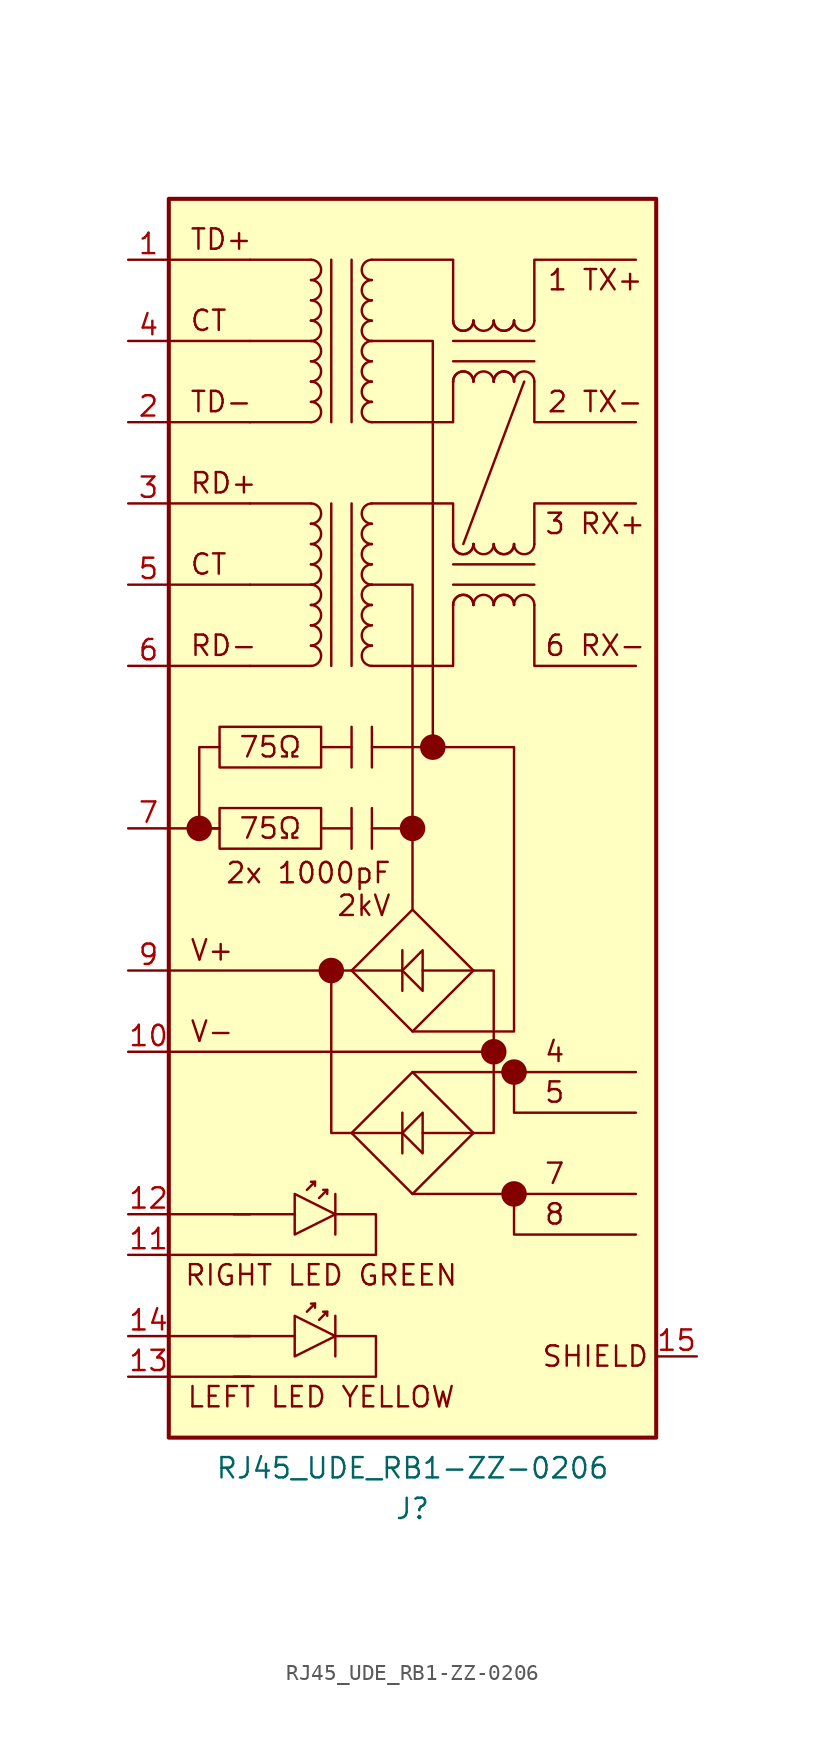
<source format=kicad_sym>
(kicad_symbol_lib
  (version 20231120)
  (generator "kicad_symbol_editor")
  (generator_version "8.0")
  (symbol "RJ45_UDE_RB1-ZZ-0206"
    (pin_names
      (offset 1.016) hide)
    (property "Reference" "J"
      (at 0 -47.625 0)
      (effects (font (size 1.27 1.27))))
    (property "Value" "RJ45_UDE_RB1-ZZ-0206"
      (at 0 -45.085 0)
      (effects (font (size 1.27 1.27))))
    (symbol "RJ45_UDE_RB1-ZZ-0206_0_0"
      (rectangle (start -15.24 34.29) (end 15.24 -43.18) (stroke (width 0.254) (type default)) (fill (type background)))
      (rectangle (start -5.715 -3.81) (end -12.065 -6.35) (stroke (width 0) (type default)) (fill (type none)))
      (polyline (pts (xy -15.24 -39.37) (xy -10.16 -39.37)) (stroke (width 0) (type default)) (fill (type none)))
      (polyline (pts (xy -15.24 -36.83) (xy -10.16 -36.83)) (stroke (width 0) (type default)) (fill (type none)))
      (polyline (pts (xy -15.24 -31.75) (xy -10.16 -31.75)) (stroke (width 0) (type default)) (fill (type none)))
      (polyline (pts (xy -15.24 -29.21) (xy -10.16 -29.21)) (stroke (width 0) (type default)) (fill (type none)))
      (polyline (pts (xy -15.24 -19.05) (xy 5.08 -19.05)) (stroke (width 0) (type default)) (fill (type none)))
      (polyline (pts (xy -15.24 5.08) (xy -10.16 5.08)) (stroke (width 0) (type default)) (fill (type none)))
      (polyline (pts (xy -15.24 10.16) (xy -10.16 10.16)) (stroke (width 0) (type default)) (fill (type none)))
      (polyline (pts (xy -15.24 15.24) (xy -10.16 15.24)) (stroke (width 0) (type default)) (fill (type none)))
      (polyline (pts (xy -15.24 20.32) (xy -10.16 20.32)) (stroke (width 0) (type default)) (fill (type none)))
      (polyline (pts (xy -15.24 25.4) (xy -10.16 25.4)) (stroke (width 0) (type default)) (fill (type none)))
      (polyline (pts (xy -15.24 30.48) (xy -10.16 30.48)) (stroke (width 0) (type default)) (fill (type none)))
      (polyline (pts (xy -12.065 -5.08) (xy -15.24 -5.08)) (stroke (width 0) (type default)) (fill (type none)))
      (polyline (pts (xy -12.065 -5.08) (xy -13.335 -5.08)) (stroke (width 0) (type default)) (fill (type none)))
      (polyline (pts (xy -11.176 -36.83) (xy -7.366 -36.83)) (stroke (width 0) (type default)) (fill (type none)))
      (polyline (pts (xy -5.715 -5.08) (xy -3.81 -5.08)) (stroke (width 0) (type default)) (fill (type none)))
      (polyline (pts (xy -5.715 0) (xy -3.81 0)) (stroke (width 0) (type default)) (fill (type none)))
      (polyline (pts (xy -5.08 -13.97) (xy -15.24 -13.97)) (stroke (width 0) (type default)) (fill (type none)))
      (polyline (pts (xy -3.81 -3.81) (xy -3.81 -6.35)) (stroke (width 0) (type default)) (fill (type none)))
      (polyline (pts (xy -2.54 -3.81) (xy -2.54 -6.35)) (stroke (width 0) (type default)) (fill (type none)))
      (polyline (pts (xy -2.54 1.27) (xy -2.54 -1.27)) (stroke (width 0) (type default)) (fill (type none)))
      (polyline (pts (xy 0 -27.94) (xy 13.97 -27.94)) (stroke (width 0) (type default)) (fill (type none)))
      (polyline (pts (xy 0 -20.32) (xy 13.97 -20.32)) (stroke (width 0) (type default)) (fill (type none)))
      (polyline (pts (xy -12.065 0) (xy -13.335 0) (xy -13.335 -5.08)) (stroke (width 0) (type default)) (fill (type none)))
      (polyline (pts (xy -2.54 0) (xy 0 0) (xy 1.27 0)) (stroke (width 0) (type default)) (fill (type none)))
      (polyline (pts (xy -2.54 10.16) (xy 0 10.16) (xy 0 -10.16)) (stroke (width 0) (type default)) (fill (type none)))
      (polyline (pts (xy 6.35 -27.94) (xy 6.35 -30.48) (xy 13.97 -30.48)) (stroke (width 0) (type default)) (fill (type none)))
      (polyline (pts (xy 6.35 -20.32) (xy 6.35 -22.86) (xy 13.97 -22.86)) (stroke (width 0) (type default)) (fill (type none)))
      (polyline (pts (xy -4.826 -36.83) (xy -2.286 -36.83) (xy -2.286 -39.37) (xy -11.176 -39.37)) (stroke (width 0) (type default)) (fill (type none)))
      (polyline (pts (xy -3.81 -13.97) (xy -5.08 -13.97) (xy -5.08 -24.13) (xy -3.81 -24.13)) (stroke (width 0) (type default)) (fill (type none)))
      (polyline (pts (xy 3.81 -24.13) (xy 5.08 -24.13) (xy 5.08 -13.97) (xy 3.81 -13.97)) (stroke (width 0) (type default)) (fill (type none)))
      (polyline (pts (xy -3.81 -24.13) (xy 0 -27.94) (xy 3.81 -24.13) (xy 0 -20.32) (xy -3.81 -24.13)) (stroke (width 0) (type default)) (fill (type none)))
      (polyline (pts (xy -2.54 25.4) (xy 1.27 25.4) (xy 1.27 0) (xy 6.35 0) (xy 6.35 -17.78) (xy 0 -17.78)) (stroke (width 0) (type default)) (fill (type none)))
      (text "CT" (at -13.97 11.43 0) (effects (font (size 1.27 1.27)) (justify left)))
      (text "SHIELD" (at 11.43 -38.1 0) (effects (font (size 1.27 1.27))))
      (text "V+" (at -13.97 -12.7 0) (effects (font (size 1.27 1.27)) (justify left)))
      (text "V-" (at -13.97 -17.78 0) (effects (font (size 1.27 1.27)) (justify left))))
    (symbol "RJ45_UDE_RB1-ZZ-0206_0_1"
      (arc (start -6.35 24.13) (mid -5.7177 24.765) (end -6.35 25.4) (stroke (width 0) (type default)) (fill (type none)))
      (arc (start -6.35 25.4) (mid -5.7177 26.035) (end -6.35 26.67) (stroke (width 0) (type default)) (fill (type none)))
      (arc (start -6.35 26.67) (mid -6.35 26.67) (end -6.35 26.67) (stroke (width 0) (type default)) (fill (type none)))
      (arc (start -6.35 29.21) (mid -5.7177 29.845) (end -6.35 30.48) (stroke (width 0) (type default)) (fill (type none)))
      (polyline (pts (xy -6.35 5.08) (xy -10.16 5.08)) (stroke (width 0) (type default)) (fill (type none)))
      (polyline (pts (xy -6.35 10.16) (xy -10.16 10.16)) (stroke (width 0) (type default)) (fill (type none)))
      (polyline (pts (xy -6.35 15.24) (xy -10.16 15.24)) (stroke (width 0) (type default)) (fill (type none)))
      (polyline (pts (xy -6.35 20.32) (xy -10.16 20.32)) (stroke (width 0) (type default)) (fill (type none)))
      (polyline (pts (xy -6.35 25.4) (xy -10.16 25.4)) (stroke (width 0) (type default)) (fill (type none)))
      (polyline (pts (xy -6.35 30.48) (xy -10.16 30.48)) (stroke (width 0) (type default)) (fill (type none)))
      (polyline (pts (xy -6.096 -27.178) (xy -6.35 -27.178)) (stroke (width 0) (type default)) (fill (type none)))
      (polyline (pts (xy -5.334 -27.686) (xy -5.588 -27.686)) (stroke (width 0) (type default)) (fill (type none)))
      (polyline (pts (xy -4.826 -35.56) (xy -4.826 -38.1)) (stroke (width 0) (type default)) (fill (type none)))
      (polyline (pts (xy -2.54 -5.08) (xy 0 -5.08)) (stroke (width 0) (type default)) (fill (type none)))
      (polyline (pts (xy -0.635 -24.13) (xy -3.81 -24.13)) (stroke (width 0) (type default)) (fill (type none)))
      (polyline (pts (xy -0.635 -22.86) (xy -0.635 -25.4)) (stroke (width 0) (type default)) (fill (type none)))
      (polyline (pts (xy 0.635 -24.13) (xy 3.81 -24.13)) (stroke (width 0) (type default)) (fill (type none)))
      (polyline (pts (xy -6.604 -27.686) (xy -6.096 -27.178) (xy -6.096 -27.432)) (stroke (width 0) (type default)) (fill (type none)))
      (polyline (pts (xy -5.842 -28.194) (xy -5.334 -27.686) (xy -5.334 -27.94)) (stroke (width 0) (type default)) (fill (type none)))
      (polyline (pts (xy -7.366 -35.56) (xy -7.366 -38.1) (xy -4.826 -36.83) (xy -7.366 -35.56)) (stroke (width 0) (type default)) (fill (type none)))
      (polyline (pts (xy 0.635 -22.86) (xy 0.635 -25.4) (xy -0.635 -24.13) (xy 0.635 -22.86)) (stroke (width 0) (type default)) (fill (type none))))
    (symbol "RJ45_UDE_RB1-ZZ-0206_1_0"
      (circle (center 0 -5.08) (radius 0.0001) (stroke (width 0.8) (type default)) (fill (type none)))
      (text "1 TX+" (at 11.43 29.21 0) (effects (font (size 1.27 1.27))))
      (text "2 TX-" (at 11.43 21.59 0) (effects (font (size 1.27 1.27))))
      (text "3 RX+" (at 11.43 13.97 0) (effects (font (size 1.27 1.27))))
      (text "4" (at 8.89 -19.05 0) (effects (font (size 1.27 1.27))))
      (text "5" (at 8.89 -21.59 0) (effects (font (size 1.27 1.27))))
      (text "6 RX-" (at 11.43 6.35 0) (effects (font (size 1.27 1.27))))
      (text "7" (at 8.89 -26.67 0) (effects (font (size 1.27 1.27))))
      (text "8" (at 8.89 -29.21 0) (effects (font (size 1.27 1.27))))
      (text "LEFT LED YELLOW" (at -5.715 -40.64 0) (effects (font (size 1.27 1.27))))
      (text "RD+" (at -13.97 16.51 0) (effects (font (size 1.27 1.27)) (justify left))))
    (symbol "RJ45_UDE_RB1-ZZ-0206_1_1"
      (circle (center -13.335 -5.08) (radius 0.0001) (stroke (width 0.8) (type default)) (fill (type none)))
      (arc (start -6.35 5.08) (mid -5.7177 5.715) (end -6.35 6.35) (stroke (width 0) (type default)) (fill (type none)))
      (arc (start -6.35 6.35) (mid -5.7177 6.985) (end -6.35 7.62) (stroke (width 0) (type default)) (fill (type none)))
      (arc (start -6.35 7.62) (mid -6.35 7.62) (end -6.35 7.62) (stroke (width 0) (type default)) (fill (type none)))
      (arc (start -6.35 7.62) (mid -5.7177 8.255) (end -6.35 8.89) (stroke (width 0) (type default)) (fill (type none)))
      (arc (start -6.35 8.89) (mid -6.35 8.89) (end -6.35 8.89) (stroke (width 0) (type default)) (fill (type none)))
      (arc (start -6.35 8.89) (mid -5.7177 9.525) (end -6.35 10.16) (stroke (width 0) (type default)) (fill (type none)))
      (arc (start -6.35 10.16) (mid -5.7177 10.795) (end -6.35 11.43) (stroke (width 0) (type default)) (fill (type none)))
      (arc (start -6.35 11.43) (mid -5.7177 12.065) (end -6.35 12.7) (stroke (width 0) (type default)) (fill (type none)))
      (arc (start -6.35 12.7) (mid -5.7177 13.335) (end -6.35 13.97) (stroke (width 0) (type default)) (fill (type none)))
      (arc (start -6.35 13.97) (mid -6.35 13.97) (end -6.35 13.97) (stroke (width 0) (type default)) (fill (type none)))
      (arc (start -6.35 13.97) (mid -5.7177 14.605) (end -6.35 15.24) (stroke (width 0) (type default)) (fill (type none)))
      (arc (start -6.35 20.32) (mid -5.7177 20.955) (end -6.35 21.59) (stroke (width 0) (type default)) (fill (type none)))
      (arc (start -6.35 21.59) (mid -5.7177 22.225) (end -6.35 22.86) (stroke (width 0) (type default)) (fill (type none)))
      (arc (start -6.35 22.86) (mid -6.35 22.86) (end -6.35 22.86) (stroke (width 0) (type default)) (fill (type none)))
      (arc (start -6.35 22.86) (mid -5.7177 23.495) (end -6.35 24.13) (stroke (width 0) (type default)) (fill (type none)))
      (arc (start -6.35 26.67) (mid -5.7177 27.305) (end -6.35 27.94) (stroke (width 0) (type default)) (fill (type none)))
      (arc (start -6.35 27.94) (mid -5.7177 28.575) (end -6.35 29.21) (stroke (width 0) (type default)) (fill (type none)))
      (rectangle (start -5.715 1.27) (end -12.065 -1.27) (stroke (width 0) (type default)) (fill (type none)))
      (circle (center -5.08 -13.97) (radius 0.0001) (stroke (width 0.8) (type default)) (fill (type none)))
      (arc (start -2.54 6.35) (mid -3.1723 5.715) (end -2.54 5.08) (stroke (width 0) (type default)) (fill (type none)))
      (arc (start -2.54 6.35) (mid -2.54 6.35) (end -2.54 6.35) (stroke (width 0) (type default)) (fill (type none)))
      (arc (start -2.54 7.62) (mid -3.1723 6.985) (end -2.54 6.35) (stroke (width 0) (type default)) (fill (type none)))
      (arc (start -2.54 8.89) (mid -3.1723 8.255) (end -2.54 7.62) (stroke (width 0) (type default)) (fill (type none)))
      (arc (start -2.54 8.89) (mid -2.54 8.89) (end -2.54 8.89) (stroke (width 0) (type default)) (fill (type none)))
      (arc (start -2.54 10.16) (mid -3.1723 9.525) (end -2.54 8.89) (stroke (width 0) (type default)) (fill (type none)))
      (arc (start -2.54 11.43) (mid -3.1723 10.795) (end -2.54 10.16) (stroke (width 0) (type default)) (fill (type none)))
      (arc (start -2.54 12.7) (mid -3.1723 12.065) (end -2.54 11.43) (stroke (width 0) (type default)) (fill (type none)))
      (arc (start -2.54 12.7) (mid -2.54 12.7) (end -2.54 12.7) (stroke (width 0) (type default)) (fill (type none)))
      (arc (start -2.54 13.97) (mid -3.1723 13.335) (end -2.54 12.7) (stroke (width 0) (type default)) (fill (type none)))
      (arc (start -2.54 15.24) (mid -3.1723 14.605) (end -2.54 13.97) (stroke (width 0) (type default)) (fill (type none)))
      (arc (start -2.54 21.59) (mid -3.1723 20.955) (end -2.54 20.32) (stroke (width 0) (type default)) (fill (type none)))
      (arc (start -2.54 21.59) (mid -2.54 21.59) (end -2.54 21.59) (stroke (width 0) (type default)) (fill (type none)))
      (arc (start -2.54 22.86) (mid -3.1723 22.225) (end -2.54 21.59) (stroke (width 0) (type default)) (fill (type none)))
      (arc (start -2.54 24.13) (mid -3.1723 23.495) (end -2.54 22.86) (stroke (width 0) (type default)) (fill (type none)))
      (arc (start -2.54 25.4) (mid -3.1723 24.765) (end -2.54 24.13) (stroke (width 0) (type default)) (fill (type none)))
      (arc (start -2.54 25.4) (mid -2.54 25.4) (end -2.54 25.4) (stroke (width 0) (type default)) (fill (type none)))
      (arc (start -2.54 26.67) (mid -3.1723 26.035) (end -2.54 25.4) (stroke (width 0) (type default)) (fill (type none)))
      (arc (start -2.54 27.94) (mid -3.1723 27.305) (end -2.54 26.67) (stroke (width 0) (type default)) (fill (type none)))
      (arc (start -2.54 29.21) (mid -3.1723 28.575) (end -2.54 27.94) (stroke (width 0) (type default)) (fill (type none)))
      (arc (start -2.54 30.48) (mid -3.1723 29.845) (end -2.54 29.21) (stroke (width 0) (type default)) (fill (type none)))
      (polyline (pts (xy -11.176 -29.21) (xy -7.366 -29.21)) (stroke (width 0) (type default)) (fill (type none)))
      (polyline (pts (xy -6.096 -34.798) (xy -6.35 -34.798)) (stroke (width 0) (type default)) (fill (type none)))
      (polyline (pts (xy -5.334 -35.306) (xy -5.588 -35.306)) (stroke (width 0) (type default)) (fill (type none)))
      (polyline (pts (xy -5.08 15.24) (xy -5.08 5.08)) (stroke (width 0) (type default)) (fill (type none)))
      (polyline (pts (xy -5.08 30.48) (xy -5.08 20.32)) (stroke (width 0) (type default)) (fill (type none)))
      (polyline (pts (xy -4.826 -27.94) (xy -4.826 -30.48)) (stroke (width 0) (type default)) (fill (type none)))
      (polyline (pts (xy -3.81 1.27) (xy -3.81 -1.27)) (stroke (width 0) (type default)) (fill (type none)))
      (polyline (pts (xy -3.81 5.08) (xy -3.81 15.24)) (stroke (width 0) (type default)) (fill (type none)))
      (polyline (pts (xy -3.81 20.32) (xy -3.81 30.48)) (stroke (width 0) (type default)) (fill (type none)))
      (polyline (pts (xy -0.635 -13.97) (xy -3.81 -13.97)) (stroke (width 0) (type default)) (fill (type none)))
      (polyline (pts (xy -0.635 -12.7) (xy -0.635 -15.24)) (stroke (width 0) (type default)) (fill (type none)))
      (polyline (pts (xy 0.635 -13.97) (xy 3.81 -13.97)) (stroke (width 0) (type default)) (fill (type none)))
      (polyline (pts (xy 2.54 10.16) (xy 7.62 10.16)) (stroke (width 0) (type default)) (fill (type none)))
      (polyline (pts (xy 2.54 24.13) (xy 7.62 24.13)) (stroke (width 0) (type default)) (fill (type none)))
      (polyline (pts (xy 3.175 12.7) (xy 6.985 22.86)) (stroke (width 0) (type default)) (fill (type none)))
      (polyline (pts (xy 7.62 11.43) (xy 2.54 11.43)) (stroke (width 0) (type default)) (fill (type none)))
      (polyline (pts (xy 7.62 25.4) (xy 2.54 25.4)) (stroke (width 0) (type default)) (fill (type none)))
      (polyline (pts (xy -6.604 -35.306) (xy -6.096 -34.798) (xy -6.096 -35.052)) (stroke (width 0) (type default)) (fill (type none)))
      (polyline (pts (xy -5.842 -35.814) (xy -5.334 -35.306) (xy -5.334 -35.56)) (stroke (width 0) (type default)) (fill (type none)))
      (polyline (pts (xy -2.54 5.08) (xy 2.54 5.08) (xy 2.54 8.89)) (stroke (width 0) (type default)) (fill (type none)))
      (polyline (pts (xy -2.54 15.24) (xy 2.54 15.24) (xy 2.54 12.7)) (stroke (width 0) (type default)) (fill (type none)))
      (polyline (pts (xy -2.54 30.48) (xy 2.54 30.48) (xy 2.54 26.67)) (stroke (width 0) (type default)) (fill (type none)))
      (polyline (pts (xy 2.54 22.86) (xy 2.54 20.32) (xy -2.54 20.32)) (stroke (width 0) (type default)) (fill (type none)))
      (polyline (pts (xy 7.62 8.89) (xy 7.62 5.08) (xy 13.97 5.08)) (stroke (width 0) (type default)) (fill (type none)))
      (polyline (pts (xy 7.62 12.7) (xy 7.62 15.24) (xy 13.97 15.24)) (stroke (width 0) (type default)) (fill (type none)))
      (polyline (pts (xy 7.62 22.86) (xy 7.62 20.32) (xy 13.97 20.32)) (stroke (width 0) (type default)) (fill (type none)))
      (polyline (pts (xy 7.62 26.67) (xy 7.62 30.48) (xy 13.97 30.48)) (stroke (width 0) (type default)) (fill (type none)))
      (polyline (pts (xy -7.366 -27.94) (xy -7.366 -30.48) (xy -4.826 -29.21) (xy -7.366 -27.94)) (stroke (width 0) (type default)) (fill (type none)))
      (polyline (pts (xy -4.826 -29.21) (xy -2.286 -29.21) (xy -2.286 -31.75) (xy -11.176 -31.75)) (stroke (width 0) (type default)) (fill (type none)))
      (polyline (pts (xy 0.635 -12.7) (xy 0.635 -15.24) (xy -0.635 -13.97) (xy 0.635 -12.7)) (stroke (width 0) (type default)) (fill (type none)))
      (polyline (pts (xy -3.81 -13.97) (xy 0 -17.78) (xy 3.81 -13.97) (xy 0 -10.16) (xy -3.81 -13.97)) (stroke (width 0) (type default)) (fill (type none)))
      (circle (center 1.27 0) (radius 0.0001) (stroke (width 0.8) (type default)) (fill (type none)))
      (arc (start 2.54 8.89) (mid 2.54 8.89) (end 2.54 8.89) (stroke (width 0) (type default)) (fill (type none)))
      (arc (start 2.54 12.7) (mid 3.175 12.0677) (end 3.81 12.7) (stroke (width 0) (type default)) (fill (type none)))
      (arc (start 2.54 12.7) (mid 3.175 12.0677) (end 3.81 12.7) (stroke (width 0) (type default)) (fill (type none)))
      (arc (start 2.54 22.86) (mid 2.54 22.86) (end 2.54 22.86) (stroke (width 0) (type default)) (fill (type none)))
      (arc (start 2.54 26.67) (mid 3.175 26.0377) (end 3.81 26.67) (stroke (width 0) (type default)) (fill (type none)))
      (arc (start 2.54 26.67) (mid 3.175 26.0377) (end 3.81 26.67) (stroke (width 0) (type default)) (fill (type none)))
      (arc (start 3.81 8.89) (mid 3.175 9.5223) (end 2.54 8.89) (stroke (width 0) (type default)) (fill (type none)))
      (arc (start 3.81 8.89) (mid 3.175 9.5223) (end 2.54 8.89) (stroke (width 0) (type default)) (fill (type none)))
      (arc (start 3.81 12.7) (mid 3.81 12.7) (end 3.81 12.7) (stroke (width 0) (type default)) (fill (type none)))
      (arc (start 3.81 12.7) (mid 4.445 12.0677) (end 5.08 12.7) (stroke (width 0) (type default)) (fill (type none)))
      (arc (start 3.81 22.86) (mid 3.175 23.4923) (end 2.54 22.86) (stroke (width 0) (type default)) (fill (type none)))
      (arc (start 3.81 22.86) (mid 3.175 23.4923) (end 2.54 22.86) (stroke (width 0) (type default)) (fill (type none)))
      (arc (start 3.81 26.67) (mid 3.81 26.67) (end 3.81 26.67) (stroke (width 0) (type default)) (fill (type none)))
      (arc (start 3.81 26.67) (mid 4.445 26.0377) (end 5.08 26.67) (stroke (width 0) (type default)) (fill (type none)))
      (circle (center 5.08 -19.05) (radius 0.0001) (stroke (width 0.508) (type default)) (fill (type none)))
      (circle (center 5.08 -19.05) (radius 0.0001) (stroke (width 0.8) (type default)) (fill (type none)))
      (arc (start 5.08 8.89) (mid 4.445 9.5223) (end 3.81 8.89) (stroke (width 0) (type default)) (fill (type none)))
      (arc (start 5.08 8.89) (mid 5.08 8.89) (end 5.08 8.89) (stroke (width 0) (type default)) (fill (type none)))
      (arc (start 5.08 12.7) (mid 5.715 12.0677) (end 6.35 12.7) (stroke (width 0) (type default)) (fill (type none)))
      (arc (start 5.08 12.7) (mid 5.715 12.0677) (end 6.35 12.7) (stroke (width 0) (type default)) (fill (type none)))
      (arc (start 5.08 22.86) (mid 4.445 23.4923) (end 3.81 22.86) (stroke (width 0) (type default)) (fill (type none)))
      (arc (start 5.08 22.86) (mid 5.08 22.86) (end 5.08 22.86) (stroke (width 0) (type default)) (fill (type none)))
      (arc (start 5.08 26.67) (mid 5.715 26.0377) (end 6.35 26.67) (stroke (width 0) (type default)) (fill (type none)))
      (arc (start 5.08 26.67) (mid 5.715 26.0377) (end 6.35 26.67) (stroke (width 0) (type default)) (fill (type none)))
      (circle (center 6.35 -27.94) (radius 0.0001) (stroke (width 0.8) (type default)) (fill (type none)))
      (circle (center 6.35 -20.32) (radius 0.0001) (stroke (width 0.8) (type default)) (fill (type none)))
      (arc (start 6.35 8.89) (mid 5.715 9.5223) (end 5.08 8.89) (stroke (width 0) (type default)) (fill (type none)))
      (arc (start 6.35 8.89) (mid 5.715 9.5223) (end 5.08 8.89) (stroke (width 0) (type default)) (fill (type none)))
      (arc (start 6.35 12.7) (mid 6.35 12.7) (end 6.35 12.7) (stroke (width 0) (type default)) (fill (type none)))
      (arc (start 6.35 12.7) (mid 6.985 12.0677) (end 7.62 12.7) (stroke (width 0) (type default)) (fill (type none)))
      (arc (start 6.35 22.86) (mid 5.715 23.4923) (end 5.08 22.86) (stroke (width 0) (type default)) (fill (type none)))
      (arc (start 6.35 22.86) (mid 5.715 23.4923) (end 5.08 22.86) (stroke (width 0) (type default)) (fill (type none)))
      (arc (start 6.35 26.67) (mid 6.35 26.67) (end 6.35 26.67) (stroke (width 0) (type default)) (fill (type none)))
      (arc (start 6.35 26.67) (mid 6.985 26.0377) (end 7.62 26.67) (stroke (width 0) (type default)) (fill (type none)))
      (arc (start 7.62 8.89) (mid 6.985 9.5223) (end 6.35 8.89) (stroke (width 0) (type default)) (fill (type none)))
      (arc (start 7.62 22.86) (mid 6.985 23.4923) (end 6.35 22.86) (stroke (width 0) (type default)) (fill (type none)))
      (text "2x 1000pF\n2kV" (at -1.27 -8.89 0) (effects (font (size 1.27 1.27)) (justify right)))
      (text "75Ω" (at -8.89 -5.08 0) (effects (font (size 1.27 1.27))))
      (text "75Ω" (at -8.89 0 0) (effects (font (size 1.27 1.27))))
      (text "CT" (at -13.97 26.67 0) (effects (font (size 1.27 1.27)) (justify left)))
      (text "RD-" (at -13.97 6.35 0) (effects (font (size 1.27 1.27)) (justify left)))
      (text "RIGHT LED GREEN" (at -5.715 -33.02 0) (effects (font (size 1.27 1.27))))
      (text "TD+" (at -13.97 31.75 0) (effects (font (size 1.27 1.27)) (justify left)))
      (text "TD-" (at -13.97 21.59 0) (effects (font (size 1.27 1.27)) (justify left)))
      (pin passive line (at -17.78 30.48 0) (length 2.54) (name "TD+" (effects (font (size 1.27 1.27)))) (number "1" (effects (font (size 1.27 1.27)))))
      (pin power_out line (at -17.78 -19.05 0) (length 2.54) (name "V-" (effects (font (size 1.27 1.27)))) (number "10" (effects (font (size 1.27 1.27)))))
      (pin passive line (at -17.78 -31.75 0) (length 2.54) (name "RLED-" (effects (font (size 1.27 1.27)))) (number "11" (effects (font (size 1.27 1.27)))))
      (pin passive line (at -17.78 -29.21 0) (length 2.54) (name "RLED+" (effects (font (size 1.27 1.27)))) (number "12" (effects (font (size 1.27 1.27)))))
      (pin passive line (at -17.78 -39.37 0) (length 2.54) (name "LLED-" (effects (font (size 1.27 1.27)))) (number "13" (effects (font (size 1.27 1.27)))))
      (pin passive line (at -17.78 -36.83 0) (length 2.54) (name "LLED+" (effects (font (size 1.27 1.27)))) (number "14" (effects (font (size 1.27 1.27)))))
      (pin passive line (at 17.78 -38.1 180) (length 2.54) (name "SHIELD" (effects (font (size 1.27 1.27)))) (number "15" (effects (font (size 1.27 1.27)))))
      (pin passive line (at -17.78 20.32 0) (length 2.54) (name "TD-" (effects (font (size 1.27 1.27)))) (number "2" (effects (font (size 1.27 1.27)))))
      (pin passive line (at -17.78 15.24 0) (length 2.54) (name "RD+" (effects (font (size 1.27 1.27)))) (number "3" (effects (font (size 1.27 1.27)))))
      (pin passive line (at -17.78 25.4 0) (length 2.54) (name "CT" (effects (font (size 1.27 1.27)))) (number "4" (effects (font (size 1.27 1.27)))))
      (pin passive line (at -17.78 10.16 0) (length 2.54) (name "CT" (effects (font (size 1.27 1.27)))) (number "5" (effects (font (size 1.27 1.27)))))
      (pin passive line (at -17.78 5.08 0) (length 2.54) (name "RD-" (effects (font (size 1.27 1.27)))) (number "6" (effects (font (size 1.27 1.27)))))
      (pin passive line (at -17.78 -5.08 0) (length 2.54) (name "7" (effects (font (size 1.27 1.27)))) (number "7" (effects (font (size 1.27 1.27)))))
      (pin power_out line (at -17.78 -13.97 0) (length 2.54) (name "V+" (effects (font (size 1.27 1.27)))) (number "9" (effects (font (size 1.27 1.27))))))))
</source>
